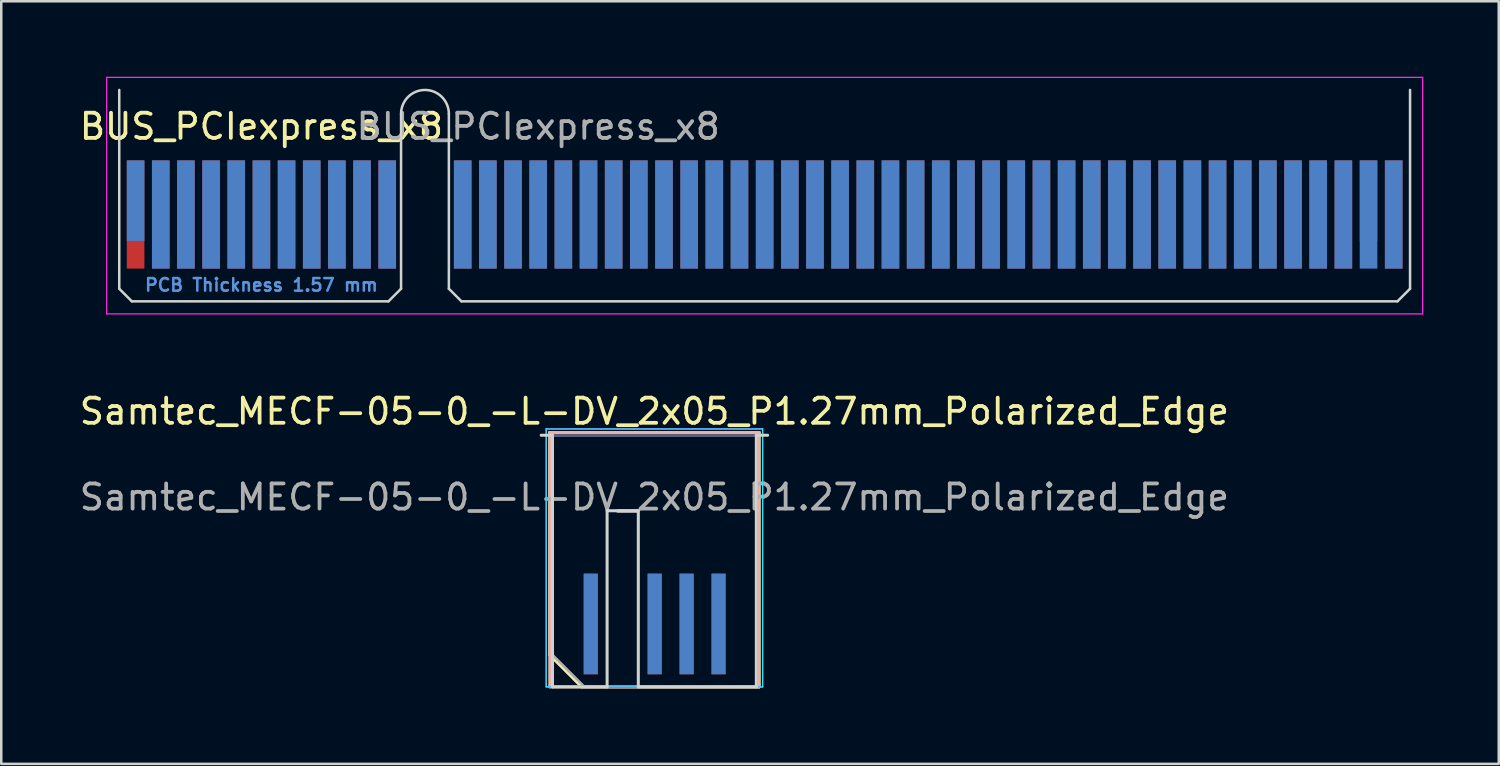
<source format=kicad_pcb>
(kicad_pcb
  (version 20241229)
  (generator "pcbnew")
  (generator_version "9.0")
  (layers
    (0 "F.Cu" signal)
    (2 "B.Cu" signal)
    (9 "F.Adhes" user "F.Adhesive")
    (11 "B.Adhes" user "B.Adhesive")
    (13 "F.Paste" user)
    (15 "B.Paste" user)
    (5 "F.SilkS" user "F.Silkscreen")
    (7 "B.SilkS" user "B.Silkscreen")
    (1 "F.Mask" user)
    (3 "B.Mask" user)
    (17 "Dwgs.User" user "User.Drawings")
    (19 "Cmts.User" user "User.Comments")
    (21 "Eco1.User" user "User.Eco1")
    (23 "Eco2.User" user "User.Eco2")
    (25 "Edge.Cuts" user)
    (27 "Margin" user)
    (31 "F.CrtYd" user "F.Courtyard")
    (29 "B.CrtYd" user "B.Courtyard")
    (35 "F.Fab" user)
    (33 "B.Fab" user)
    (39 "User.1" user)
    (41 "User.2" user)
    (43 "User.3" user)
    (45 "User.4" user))
  (footprint "BUS_PCIexpress_x8"
    (layer "F.Cu")
    (at 2.339 5.475)
    (property "Reference" "BUS_PCIexpress_x8" (at 5 -3.5 0) (layer "F.SilkS") (effects (font (size 1 1) (thickness 0.15))))
    (attr exclude_from_pos_files exclude_from_bom)
    (fp_line (start -0.65 -4.95) (end -0.65 2.95) (stroke (width 0.1) (type solid)) (layer "Edge.Cuts"))
    (fp_line (start -0.65 2.95) (end -0.15 3.45) (stroke (width 0.1) (type solid)) (layer "Edge.Cuts"))
    (fp_line (start -0.15 3.45) (end 10.05 3.45) (stroke (width 0.1) (type solid)) (layer "Edge.Cuts"))
    (fp_line (start 10.55 -4) (end 10.55 2.95) (stroke (width 0.1) (type solid)) (layer "Edge.Cuts"))
    (fp_line (start 10.55 2.95) (end 10.05 3.45) (stroke (width 0.1) (type solid)) (layer "Edge.Cuts"))
    (fp_line (start 12.45 -4) (end 12.45 2.95) (stroke (width 0.1) (type solid)) (layer "Edge.Cuts"))
    (fp_line (start 12.45 2.95) (end 12.95 3.45) (stroke (width 0.1) (type solid)) (layer "Edge.Cuts"))
    (fp_line (start 12.95 3.45) (end 50.15 3.45) (stroke (width 0.1) (type solid)) (layer "Edge.Cuts"))
    (fp_line (start 50.65 -4.95) (end 50.65 2.95) (stroke (width 0.1) (type solid)) (layer "Edge.Cuts"))
    (fp_line (start 50.65 2.95) (end 50.15 3.45) (stroke (width 0.1) (type solid)) (layer "Edge.Cuts"))
    (fp_arc (start 10.55 -4) (mid 11.5 -4.95) (end 12.45 -4) (stroke (width 0.1) (type solid)) (layer "Edge.Cuts"))
    (fp_line (start -1.15 -5.45) (end -1.15 3.95) (stroke (width 0.05) (type solid)) (layer "F.CrtYd"))
    (fp_line (start -1.15 -5.45) (end 51.15 -5.45) (stroke (width 0.05) (type solid)) (layer "F.CrtYd"))
    (fp_line (start 51.15 3.95) (end -1.15 3.95) (stroke (width 0.05) (type solid)) (layer "F.CrtYd"))
    (fp_line (start 51.15 3.95) (end 51.15 -5.45) (stroke (width 0.05) (type solid)) (layer "F.CrtYd"))
    (fp_text user "PCB Thickness 1.57 mm" (at 5 2.8 180) (layer "Cmts.User") (effects (font (size 0.5 0.5) (thickness 0.1))))
    (fp_text user "${REFERENCE}" (at 16 -3.5 0) (layer "F.Fab") (effects (font (size 1 1) (thickness 0.15))))
    (pad "A1" connect rect (at 0 -0.55) (size 0.7 3.2) (layers "B.Cu" "B.Mask"))
    (pad "A2" connect rect (at 1 0) (size 0.7 4.3) (layers "B.Cu" "B.Mask"))
    (pad "A3" connect rect (at 2 0) (size 0.7 4.3) (layers "B.Cu" "B.Mask"))
    (pad "A4" connect rect (at 3 0) (size 0.7 4.3) (layers "B.Cu" "B.Mask"))
    (pad "A5" connect rect (at 4 0) (size 0.7 4.3) (layers "B.Cu" "B.Mask"))
    (pad "A6" connect rect (at 5 0) (size 0.7 4.3) (layers "B.Cu" "B.Mask"))
    (pad "A7" connect rect (at 6 0) (size 0.7 4.3) (layers "B.Cu" "B.Mask"))
    (pad "A8" connect rect (at 7 0) (size 0.7 4.3) (layers "B.Cu" "B.Mask"))
    (pad "A9" connect rect (at 8 0) (size 0.7 4.3) (layers "B.Cu" "B.Mask"))
    (pad "A10" connect rect (at 9 0) (size 0.7 4.3) (layers "B.Cu" "B.Mask"))
    (pad "A11" connect rect (at 10 0) (size 0.7 4.3) (layers "B.Cu" "B.Mask"))
    (pad "A12" connect rect (at 13 0) (size 0.7 4.3) (layers "B.Cu" "B.Mask"))
    (pad "A13" connect rect (at 14 0) (size 0.7 4.3) (layers "B.Cu" "B.Mask"))
    (pad "A14" connect rect (at 15 0) (size 0.7 4.3) (layers "B.Cu" "B.Mask"))
    (pad "A15" connect rect (at 16 0) (size 0.7 4.3) (layers "B.Cu" "B.Mask"))
    (pad "A16" connect rect (at 17 0) (size 0.7 4.3) (layers "B.Cu" "B.Mask"))
    (pad "A17" connect rect (at 18 0) (size 0.7 4.3) (layers "B.Cu" "B.Mask"))
    (pad "A18" connect rect (at 19 0) (size 0.7 4.3) (layers "B.Cu" "B.Mask"))
    (pad "A19" connect rect (at 20 0) (size 0.7 4.3) (layers "B.Cu" "B.Mask"))
    (pad "A20" connect rect (at 21 0) (size 0.7 4.3) (layers "B.Cu" "B.Mask"))
    (pad "A21" connect rect (at 22 0) (size 0.7 4.3) (layers "B.Cu" "B.Mask"))
    (pad "A22" connect rect (at 23 0) (size 0.7 4.3) (layers "B.Cu" "B.Mask"))
    (pad "A23" connect rect (at 24 0) (size 0.7 4.3) (layers "B.Cu" "B.Mask"))
    (pad "A24" connect rect (at 25 0) (size 0.7 4.3) (layers "B.Cu" "B.Mask"))
    (pad "A25" connect rect (at 26 0) (size 0.7 4.3) (layers "B.Cu" "B.Mask"))
    (pad "A26" connect rect (at 27 0) (size 0.7 4.3) (layers "B.Cu" "B.Mask"))
    (pad "A27" connect rect (at 28 0) (size 0.7 4.3) (layers "B.Cu" "B.Mask"))
    (pad "A28" connect rect (at 29 0) (size 0.7 4.3) (layers "B.Cu" "B.Mask"))
    (pad "A29" connect rect (at 30 0) (size 0.7 4.3) (layers "B.Cu" "B.Mask"))
    (pad "A30" connect rect (at 31 0) (size 0.7 4.3) (layers "B.Cu" "B.Mask"))
    (pad "A31" connect rect (at 32 0) (size 0.7 4.3) (layers "B.Cu" "B.Mask"))
    (pad "A32" connect rect (at 33 0) (size 0.7 4.3) (layers "B.Cu" "B.Mask"))
    (pad "A33" connect rect (at 34 0) (size 0.7 4.3) (layers "B.Cu" "B.Mask"))
    (pad "A34" connect rect (at 35 0) (size 0.7 4.3) (layers "B.Cu" "B.Mask"))
    (pad "A35" connect rect (at 36 0) (size 0.7 4.3) (layers "B.Cu" "B.Mask"))
    (pad "A36" connect rect (at 37 0) (size 0.7 4.3) (layers "B.Cu" "B.Mask"))
    (pad "A37" connect rect (at 38 0) (size 0.7 4.3) (layers "B.Cu" "B.Mask"))
    (pad "A38" connect rect (at 39 0) (size 0.7 4.3) (layers "B.Cu" "B.Mask"))
    (pad "A39" connect rect (at 40 0) (size 0.7 4.3) (layers "B.Cu" "B.Mask"))
    (pad "A40" connect rect (at 41 0) (size 0.7 4.3) (layers "B.Cu" "B.Mask"))
    (pad "A41" connect rect (at 42 0) (size 0.7 4.3) (layers "B.Cu" "B.Mask"))
    (pad "A42" connect rect (at 43 0) (size 0.7 4.3) (layers "B.Cu" "B.Mask"))
    (pad "A43" connect rect (at 44 0) (size 0.7 4.3) (layers "B.Cu" "B.Mask"))
    (pad "A44" connect rect (at 45 0) (size 0.7 4.3) (layers "B.Cu" "B.Mask"))
    (pad "A45" connect rect (at 46 0) (size 0.7 4.3) (layers "B.Cu" "B.Mask"))
    (pad "A46" connect rect (at 47 0) (size 0.7 4.3) (layers "B.Cu" "B.Mask"))
    (pad "A47" connect rect (at 48 0) (size 0.7 4.3) (layers "B.Cu" "B.Mask"))
    (pad "A48" connect rect (at 49 0) (size 0.7 4.3) (layers "B.Cu" "B.Mask"))
    (pad "A49" connect rect (at 50 0) (size 0.7 4.3) (layers "B.Cu" "B.Mask"))
    (pad "B1" connect rect (at 0 0) (size 0.7 4.3) (layers "F.Cu" "F.Mask"))
    (pad "B2" connect rect (at 1 0) (size 0.7 4.3) (layers "F.Cu" "F.Mask"))
    (pad "B3" connect rect (at 2 0) (size 0.7 4.3) (layers "F.Cu" "F.Mask"))
    (pad "B4" connect rect (at 3 0) (size 0.7 4.3) (layers "F.Cu" "F.Mask"))
    (pad "B5" connect rect (at 4 0) (size 0.7 4.3) (layers "F.Cu" "F.Mask"))
    (pad "B6" connect rect (at 5 0) (size 0.7 4.3) (layers "F.Cu" "F.Mask"))
    (pad "B7" connect rect (at 6 0) (size 0.7 4.3) (layers "F.Cu" "F.Mask"))
    (pad "B8" connect rect (at 7 0) (size 0.7 4.3) (layers "F.Cu" "F.Mask"))
    (pad "B9" connect rect (at 8 0) (size 0.7 4.3) (layers "F.Cu" "F.Mask"))
    (pad "B10" connect rect (at 9 0) (size 0.7 4.3) (layers "F.Cu" "F.Mask"))
    (pad "B11" connect rect (at 10 0) (size 0.7 4.3) (layers "F.Cu" "F.Mask"))
    (pad "B12" connect rect (at 13 0) (size 0.7 4.3) (layers "F.Cu" "F.Mask"))
    (pad "B13" connect rect (at 14 0) (size 0.7 4.3) (layers "F.Cu" "F.Mask"))
    (pad "B14" connect rect (at 15 0) (size 0.7 4.3) (layers "F.Cu" "F.Mask"))
    (pad "B15" connect rect (at 16 0) (size 0.7 4.3) (layers "F.Cu" "F.Mask"))
    (pad "B16" connect rect (at 17 0) (size 0.7 4.3) (layers "F.Cu" "F.Mask"))
    (pad "B17" connect rect (at 18 0) (size 0.7 4.3) (layers "F.Cu" "F.Mask"))
    (pad "B18" connect rect (at 19 0) (size 0.7 4.3) (layers "F.Cu" "F.Mask"))
    (pad "B19" connect rect (at 20 0) (size 0.7 4.3) (layers "F.Cu" "F.Mask"))
    (pad "B20" connect rect (at 21 0) (size 0.7 4.3) (layers "F.Cu" "F.Mask"))
    (pad "B21" connect rect (at 22 0) (size 0.7 4.3) (layers "F.Cu" "F.Mask"))
    (pad "B22" connect rect (at 23 0) (size 0.7 4.3) (layers "F.Cu" "F.Mask"))
    (pad "B23" connect rect (at 24 0) (size 0.7 4.3) (layers "F.Cu" "F.Mask"))
    (pad "B24" connect rect (at 25 0) (size 0.7 4.3) (layers "F.Cu" "F.Mask"))
    (pad "B25" connect rect (at 26 0) (size 0.7 4.3) (layers "F.Cu" "F.Mask"))
    (pad "B26" connect rect (at 27 0) (size 0.7 4.3) (layers "F.Cu" "F.Mask"))
    (pad "B27" connect rect (at 28 0) (size 0.7 4.3) (layers "F.Cu" "F.Mask"))
    (pad "B28" connect rect (at 29 0) (size 0.7 4.3) (layers "F.Cu" "F.Mask"))
    (pad "B29" connect rect (at 30 0) (size 0.7 4.3) (layers "F.Cu" "F.Mask"))
    (pad "B30" connect rect (at 31 0) (size 0.7 4.3) (layers "F.Cu" "F.Mask"))
    (pad "B31" connect rect (at 32 0) (size 0.7 4.3) (layers "F.Cu" "F.Mask"))
    (pad "B32" connect rect (at 33 0) (size 0.7 4.3) (layers "F.Cu" "F.Mask"))
    (pad "B33" connect rect (at 34 0) (size 0.7 4.3) (layers "F.Cu" "F.Mask"))
    (pad "B34" connect rect (at 35 0) (size 0.7 4.3) (layers "F.Cu" "F.Mask"))
    (pad "B35" connect rect (at 36 0) (size 0.7 4.3) (layers "F.Cu" "F.Mask"))
    (pad "B36" connect rect (at 37 0) (size 0.7 4.3) (layers "F.Cu" "F.Mask"))
    (pad "B37" connect rect (at 38 0) (size 0.7 4.3) (layers "F.Cu" "F.Mask"))
    (pad "B38" connect rect (at 39 0) (size 0.7 4.3) (layers "F.Cu" "F.Mask"))
    (pad "B39" connect rect (at 40 0) (size 0.7 4.3) (layers "F.Cu" "F.Mask"))
    (pad "B40" connect rect (at 41 0) (size 0.7 4.3) (layers "F.Cu" "F.Mask"))
    (pad "B41" connect rect (at 42 0) (size 0.7 4.3) (layers "F.Cu" "F.Mask"))
    (pad "B42" connect rect (at 43 0) (size 0.7 4.3) (layers "F.Cu" "F.Mask"))
    (pad "B43" connect rect (at 44 0) (size 0.7 4.3) (layers "F.Cu" "F.Mask"))
    (pad "B44" connect rect (at 45 0) (size 0.7 4.3) (layers "F.Cu" "F.Mask"))
    (pad "B45" connect rect (at 46 0) (size 0.7 4.3) (layers "F.Cu" "F.Mask"))
    (pad "B46" connect rect (at 47 0) (size 0.7 4.3) (layers "F.Cu" "F.Mask"))
    (pad "B47" connect rect (at 48 0) (size 0.7 4.3) (layers "F.Cu" "F.Mask"))
    (pad "B48" connect rect (at 49 -0.55) (size 0.7 3.2) (layers "F.Cu" "F.Mask"))
    (pad "B49" connect rect (at 50 0) (size 0.7 4.3) (layers "F.Cu" "F.Mask")))
  (footprint "Samtec_MECF-05-0_-L-DV_2x05_P1.27mm_Polarized_Edge"
    (layer "F.Cu")
    (at 22.958 19.248)
    (property "Reference" "Samtec_MECF-05-0_-L-DV_2x05_P1.27mm_Polarized_Edge" (at 0 -5.95 0) (layer "F.SilkS") (effects (font (size 1 1) (thickness 0.15))))
    (attr exclude_from_pos_files exclude_from_bom)
    (fp_line (start -4.16 -5.11) (end 4.16 -5.11) (stroke (width 0.12) (type solid)) (layer "F.SilkS"))
    (fp_line (start -4.16 3.73) (end -4.16 -5.11) (stroke (width 0.12) (type solid)) (layer "F.SilkS"))
    (fp_line (start -2.89 5) (end -4.16 3.73) (stroke (width 0.12) (type solid)) (layer "F.SilkS"))
    (fp_line (start -2.89 5) (end 4.16 5) (stroke (width 0.12) (type solid)) (layer "F.SilkS"))
    (fp_line (start 4.16 5) (end 4.16 -5.11) (stroke (width 0.12) (type solid)) (layer "F.SilkS"))
    (fp_line (start -4.16 -5.11) (end 4.16 -5.11) (stroke (width 0.12) (type solid)) (layer "B.SilkS"))
    (fp_line (start -4.16 5) (end -4.16 -5.11) (stroke (width 0.12) (type solid)) (layer "B.SilkS"))
    (fp_line (start -4.16 5) (end 4.16 5) (stroke (width 0.12) (type solid)) (layer "B.SilkS"))
    (fp_line (start 4.16 5) (end 4.16 -5.11) (stroke (width 0.12) (type solid)) (layer "B.SilkS"))
    (fp_line (start -4.5 -5) (end -4.05 -5) (stroke (width 0.12) (type solid)) (layer "Edge.Cuts"))
    (fp_line (start -4.05 5) (end -4.05 -5) (stroke (width 0.12) (type solid)) (layer "Edge.Cuts"))
    (fp_line (start -4.05 5) (end -1.88 5) (stroke (width 0.12) (type solid)) (layer "Edge.Cuts"))
    (fp_line (start -1.88 -2) (end -0.64 -2) (stroke (width 0.12) (type solid)) (layer "Edge.Cuts"))
    (fp_line (start -1.88 5) (end -1.88 -2) (stroke (width 0.12) (type solid)) (layer "Edge.Cuts"))
    (fp_line (start -0.64 5) (end -0.64 -2) (stroke (width 0.12) (type solid)) (layer "Edge.Cuts"))
    (fp_line (start -0.64 5) (end 4.05 5) (stroke (width 0.12) (type solid)) (layer "Edge.Cuts"))
    (fp_line (start 4.05 5) (end 4.05 -5) (stroke (width 0.12) (type solid)) (layer "Edge.Cuts"))
    (fp_line (start 4.5 -5) (end 4.05 -5) (stroke (width 0.12) (type solid)) (layer "Edge.Cuts"))
    (fp_line (start -4.3 -5.25) (end -4.3 5) (stroke (width 0.05) (type solid)) (layer "B.CrtYd"))
    (fp_line (start -4.3 5) (end 4.3 5) (stroke (width 0.05) (type solid)) (layer "B.CrtYd"))
    (fp_line (start 4.3 -5.25) (end -4.3 -5.25) (stroke (width 0.05) (type solid)) (layer "B.CrtYd"))
    (fp_line (start 4.3 5) (end 4.3 -5.25) (stroke (width 0.05) (type solid)) (layer "B.CrtYd"))
    (fp_line (start -4.3 -5.25) (end -4.3 5) (stroke (width 0.05) (type solid)) (layer "F.CrtYd"))
    (fp_line (start -4.3 5) (end 4.3 5) (stroke (width 0.05) (type solid)) (layer "F.CrtYd"))
    (fp_line (start 4.3 -5.25) (end -4.3 -5.25) (stroke (width 0.05) (type solid)) (layer "F.CrtYd"))
    (fp_line (start 4.3 5) (end 4.3 -5.25) (stroke (width 0.05) (type solid)) (layer "F.CrtYd"))
    (fp_line (start -4.05 -5) (end 4.05 -5) (stroke (width 0.1) (type solid)) (layer "B.Fab"))
    (fp_line (start -4.05 5) (end -4.05 -5) (stroke (width 0.1) (type solid)) (layer "B.Fab"))
    (fp_line (start -4.05 5) (end 4.05 5) (stroke (width 0.1) (type solid)) (layer "B.Fab"))
    (fp_line (start 4.05 5) (end 4.05 -5) (stroke (width 0.1) (type solid)) (layer "B.Fab"))
    (fp_line (start -4.05 -5) (end 4.05 -5) (stroke (width 0.1) (type solid)) (layer "F.Fab"))
    (fp_line (start -4.05 3.73) (end -4.05 -5) (stroke (width 0.1) (type solid)) (layer "F.Fab"))
    (fp_line (start -4.05 3.73) (end -2.78 5) (stroke (width 0.1) (type solid)) (layer "F.Fab"))
    (fp_line (start -2.78 5) (end 4.05 5) (stroke (width 0.1) (type solid)) (layer "F.Fab"))
    (fp_line (start 4.05 5) (end 4.05 -5) (stroke (width 0.1) (type solid)) (layer "F.Fab"))
    (fp_text user "${REFERENCE}" (at 0 -2.54 0) (layer "F.Fab") (effects (font (size 1 1) (thickness 0.15))))
    (pad "1" connect rect (at -2.53 2.5) (size 0.56 4) (layers "F.Cu" "F.Mask"))
    (pad "2" connect rect (at -2.53 2.5) (size 0.56 4) (layers "B.Cu" "B.Mask"))
    (pad "5" connect rect (at 0.01 2.5) (size 0.56 4) (layers "F.Cu" "F.Mask"))
    (pad "6" connect rect (at 0.01 2.5) (size 0.56 4) (layers "B.Cu" "B.Mask"))
    (pad "7" connect rect (at 1.28 2.5) (size 0.56 4) (layers "F.Cu" "F.Mask"))
    (pad "8" connect rect (at 1.28 2.5) (size 0.56 4) (layers "B.Cu" "B.Mask"))
    (pad "9" connect rect (at 2.55 2.5) (size 0.56 4) (layers "F.Cu" "F.Mask"))
    (pad "10" connect rect (at 2.55 2.5) (size 0.56 4) (layers "B.Cu" "B.Mask")))
  (gr_rect
    (start -3 -3)
    (end 56.514 27.308)
    (stroke (width 0.1) (type default))
    (fill no)
    (layer "Edge.Cuts")))
</source>
